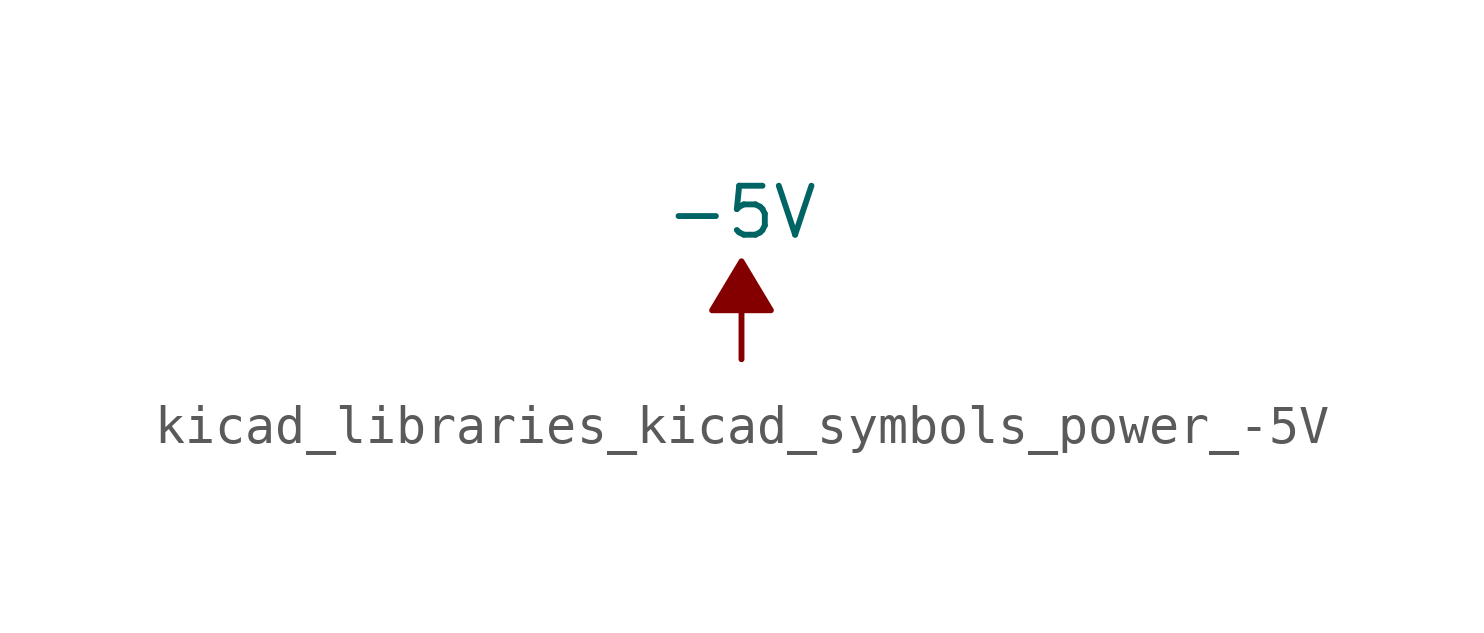
<source format=kicad_sym>
(kicad_symbol_lib
  (version 20220914)
  (generator kicad_symbol_editor)
  (symbol "kicad_libraries_kicad_symbols_power_-5V"
    (power)
    (pin_names
      (offset 0))
    (property "Reference" "#PWR"
      (at 0 2.54 0)
      (effects (font (size 1.27 1.27)) hide))
    (property "Value" "-5V"
      (at 0 3.81 0)
      (effects (font (size 1.27 1.27))))
    (symbol "kicad_libraries_kicad_symbols_power_-5V_0_0"
      (pin power_in line (at 0 0 90) (length 0) hide (name "-5V" (effects (font (size 1.27 1.27)))) (number "1" (effects (font (size 1.27 1.27))))))
    (symbol "kicad_libraries_kicad_symbols_power_-5V_0_1"
      (polyline (pts (xy 0 0) (xy 0 1.27) (xy 0.762 1.27) (xy 0 2.54) (xy -0.762 1.27) (xy 0 1.27)) (stroke (width 0) (type default)) (fill (type outline))))))
</source>
